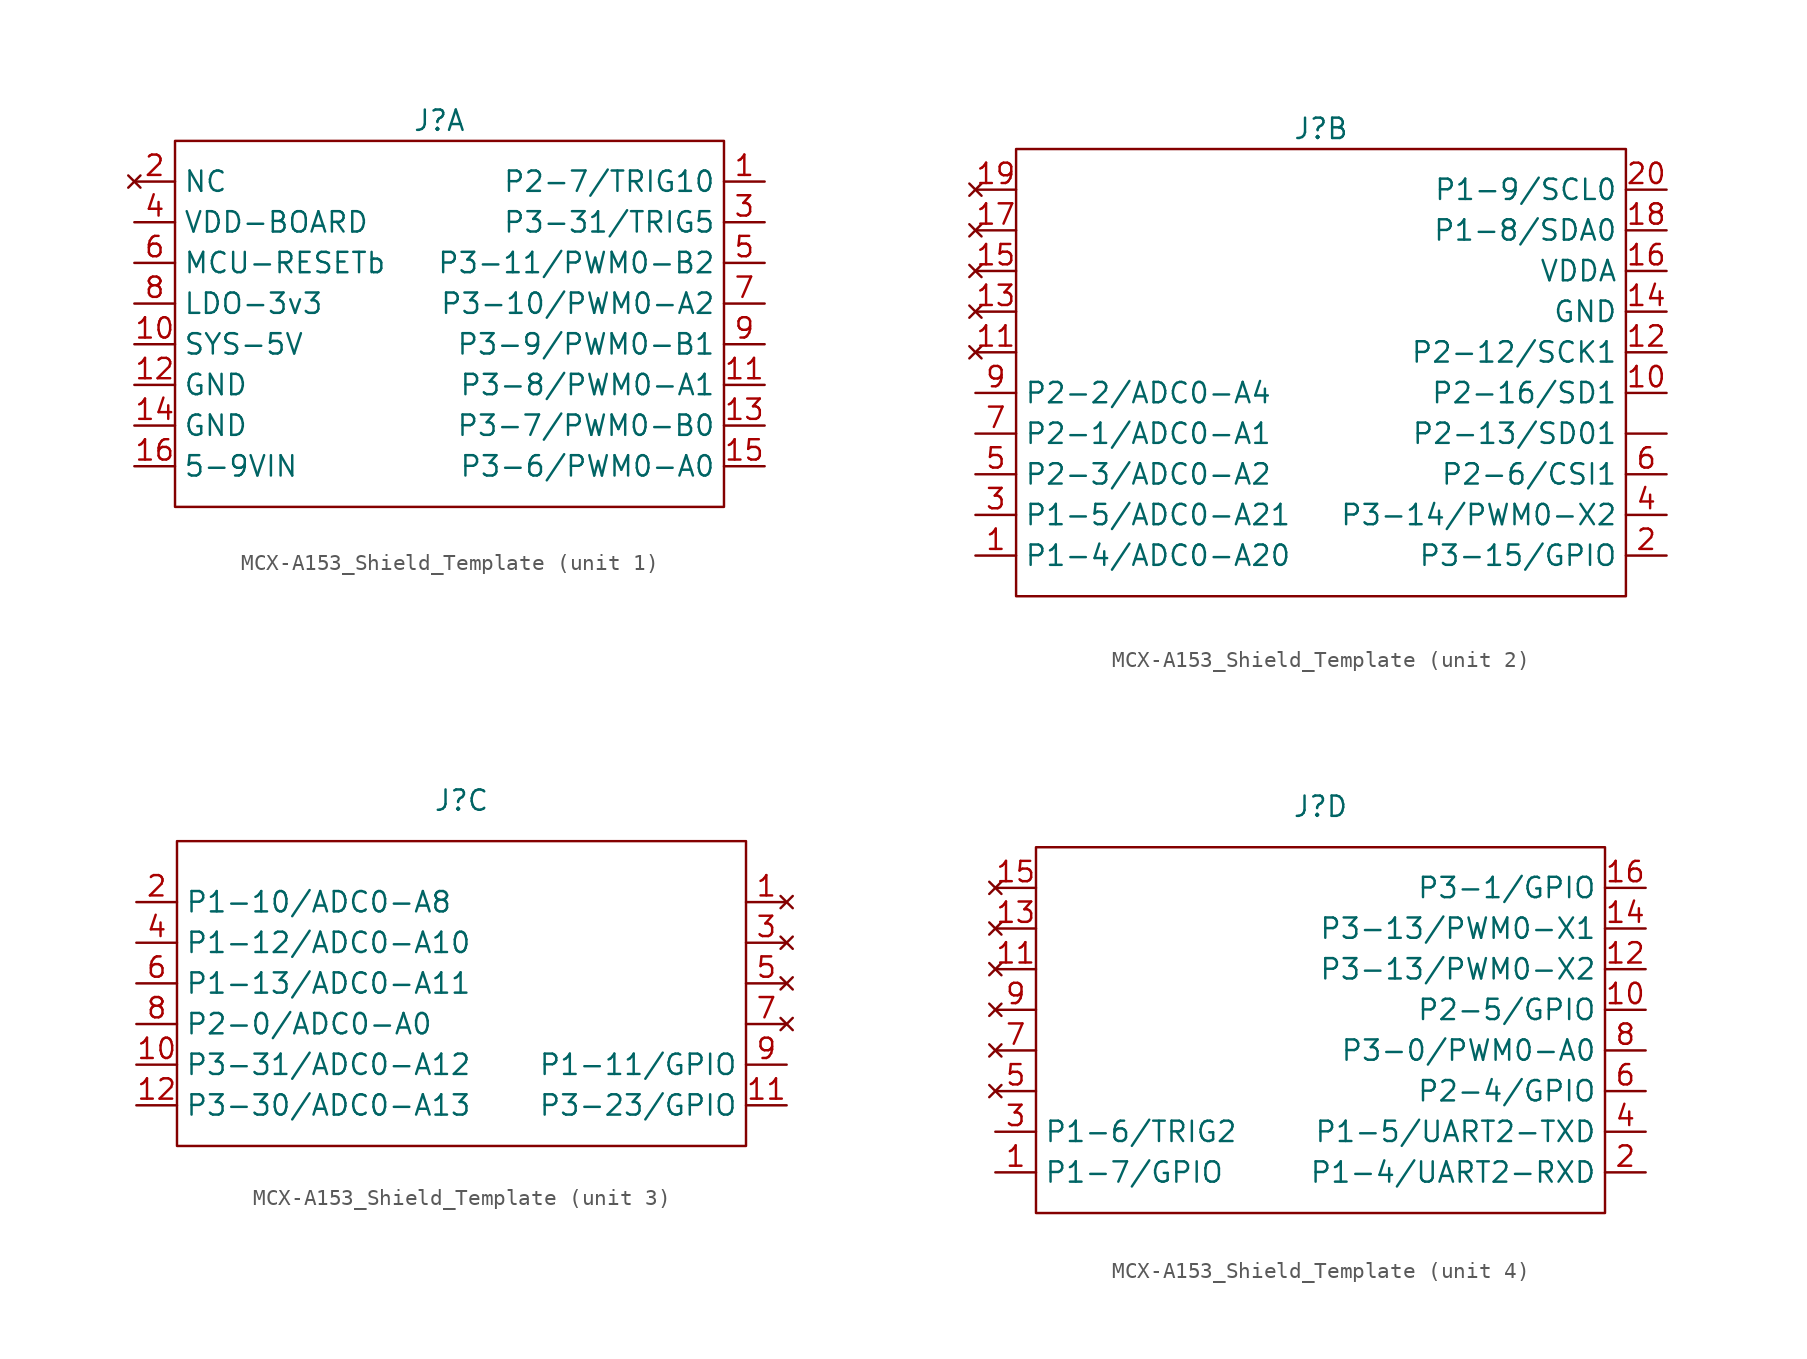
<source format=kicad_sym>
(kicad_symbol_lib
  (version 20220914)
  (generator kicad_symbol_editor)
  (symbol "MCX-A153_Shield_Template"
    (property "Reference" "J"
      (at 0 0 0)
      (effects (font (size 1.27 1.27))))
    (property "Value" ""
      (at -3.81 0 0)
      (effects (font (size 1.27 1.27))))
    (property "ki_locked" ""
      (at 0 0 0)
      (effects (font (size 1.27 1.27))))
    (symbol "MCX-A153_Shield_Template_1_1"
      (rectangle (start -16.51 -1.27) (end 17.78 -24.13) (stroke (width 0) (type default)) (fill (type none)))
      (pin bidirectional line (at 20.32 -3.81 180) (length 2.54) (name "P2-7/TRIG10" (effects (font (size 1.27 1.27)))) (number "1" (effects (font (size 1.27 1.27)))))
      (pin power_out line (at -19.05 -13.97 0) (length 2.54) (name "SYS-5V" (effects (font (size 1.27 1.27)))) (number "10" (effects (font (size 1.27 1.27)))))
      (pin bidirectional line (at 20.32 -16.51 180) (length 2.54) (name "P3-8/PWM0-A1" (effects (font (size 1.27 1.27)))) (number "11" (effects (font (size 1.27 1.27)))))
      (pin power_out line (at -19.05 -16.51 0) (length 2.54) (name "GND" (effects (font (size 1.27 1.27)))) (number "12" (effects (font (size 1.27 1.27)))))
      (pin bidirectional line (at 20.32 -19.05 180) (length 2.54) (name "P3-7/PWM0-B0" (effects (font (size 1.27 1.27)))) (number "13" (effects (font (size 1.27 1.27)))))
      (pin power_out line (at -19.05 -19.05 0) (length 2.54) (name "GND" (effects (font (size 1.27 1.27)))) (number "14" (effects (font (size 1.27 1.27)))))
      (pin bidirectional line (at 20.32 -21.59 180) (length 2.54) (name "P3-6/PWM0-A0" (effects (font (size 1.27 1.27)))) (number "15" (effects (font (size 1.27 1.27)))))
      (pin power_in line (at -19.05 -21.59 0) (length 2.54) (name "5-9VIN" (effects (font (size 1.27 1.27)))) (number "16" (effects (font (size 1.27 1.27)))))
      (pin no_connect line (at -19.05 -3.81 0) (length 2.54) (name "NC" (effects (font (size 1.27 1.27)))) (number "2" (effects (font (size 1.27 1.27)))))
      (pin bidirectional line (at 20.32 -6.35 180) (length 2.54) (name "P3-31/TRIG5" (effects (font (size 1.27 1.27)))) (number "3" (effects (font (size 1.27 1.27)))))
      (pin power_in line (at -19.05 -6.35 0) (length 2.54) (name "VDD-BOARD" (effects (font (size 1.27 1.27)))) (number "4" (effects (font (size 1.27 1.27)))))
      (pin bidirectional line (at 20.32 -8.89 180) (length 2.54) (name "P3-11/PWM0-B2" (effects (font (size 1.27 1.27)))) (number "5" (effects (font (size 1.27 1.27)))))
      (pin input line (at -19.05 -8.89 0) (length 2.54) (name "MCU-RESETb" (effects (font (size 1.27 1.27)))) (number "6" (effects (font (size 1.27 1.27)))))
      (pin bidirectional line (at 20.32 -11.43 180) (length 2.54) (name "P3-10/PWM0-A2" (effects (font (size 1.27 1.27)))) (number "7" (effects (font (size 1.27 1.27)))))
      (pin power_out line (at -19.05 -11.43 0) (length 2.54) (name "LDO-3v3" (effects (font (size 1.27 1.27)))) (number "8" (effects (font (size 1.27 1.27)))))
      (pin bidirectional line (at 20.32 -13.97 180) (length 2.54) (name "P3-9/PWM0-B1" (effects (font (size 1.27 1.27)))) (number "9" (effects (font (size 1.27 1.27))))))
    (symbol "MCX-A153_Shield_Template_2_1"
      (rectangle (start -19.05 -1.27) (end 19.05 -29.21) (stroke (width 0) (type default)) (fill (type none)))
      (pin bidirectional line (at 21.59 -19.05 180) (length 2.54) (name "P2-13/SD01" (effects (font (size 1.27 1.27)))) (number "" (effects (font (size 1.27 1.27)))))
      (pin bidirectional line (at -21.59 -26.67 0) (length 2.54) (name "P1-4/ADC0-A20" (effects (font (size 1.27 1.27)))) (number "1" (effects (font (size 1.27 1.27)))))
      (pin bidirectional line (at 21.59 -16.51 180) (length 2.54) (name "P2-16/SD1" (effects (font (size 1.27 1.27)))) (number "10" (effects (font (size 1.27 1.27)))))
      (pin no_connect line (at -21.59 -13.97 0) (length 2.54) (name "" (effects (font (size 1.27 1.27)))) (number "11" (effects (font (size 1.27 1.27)))))
      (pin bidirectional line (at 21.59 -13.97 180) (length 2.54) (name "P2-12/SCK1" (effects (font (size 1.27 1.27)))) (number "12" (effects (font (size 1.27 1.27)))))
      (pin no_connect line (at -21.59 -11.43 0) (length 2.54) (name "" (effects (font (size 1.27 1.27)))) (number "13" (effects (font (size 1.27 1.27)))))
      (pin power_out line (at 21.59 -11.43 180) (length 2.54) (name "GND" (effects (font (size 1.27 1.27)))) (number "14" (effects (font (size 1.27 1.27)))))
      (pin no_connect line (at -21.59 -8.89 0) (length 2.54) (name "" (effects (font (size 1.27 1.27)))) (number "15" (effects (font (size 1.27 1.27)))))
      (pin power_out line (at 21.59 -8.89 180) (length 2.54) (name "VDDA" (effects (font (size 1.27 1.27)))) (number "16" (effects (font (size 1.27 1.27)))))
      (pin no_connect line (at -21.59 -6.35 0) (length 2.54) (name "" (effects (font (size 1.27 1.27)))) (number "17" (effects (font (size 1.27 1.27)))))
      (pin bidirectional line (at 21.59 -6.35 180) (length 2.54) (name "P1-8/SDA0" (effects (font (size 1.27 1.27)))) (number "18" (effects (font (size 1.27 1.27)))))
      (pin no_connect line (at -21.59 -3.81 0) (length 2.54) (name "" (effects (font (size 1.27 1.27)))) (number "19" (effects (font (size 1.27 1.27)))))
      (pin bidirectional line (at 21.59 -26.67 180) (length 2.54) (name "P3-15/GPIO" (effects (font (size 1.27 1.27)))) (number "2" (effects (font (size 1.27 1.27)))))
      (pin bidirectional line (at 21.59 -3.81 180) (length 2.54) (name "P1-9/SCL0" (effects (font (size 1.27 1.27)))) (number "20" (effects (font (size 1.27 1.27)))))
      (pin bidirectional line (at -21.59 -24.13 0) (length 2.54) (name "P1-5/ADC0-A21" (effects (font (size 1.27 1.27)))) (number "3" (effects (font (size 1.27 1.27)))))
      (pin bidirectional line (at 21.59 -24.13 180) (length 2.54) (name "P3-14/PWM0-X2" (effects (font (size 1.27 1.27)))) (number "4" (effects (font (size 1.27 1.27)))))
      (pin bidirectional line (at -21.59 -21.59 0) (length 2.54) (name "P2-3/ADC0-A2" (effects (font (size 1.27 1.27)))) (number "5" (effects (font (size 1.27 1.27)))))
      (pin bidirectional line (at 21.59 -21.59 180) (length 2.54) (name "P2-6/CSI1" (effects (font (size 1.27 1.27)))) (number "6" (effects (font (size 1.27 1.27)))))
      (pin bidirectional line (at -21.59 -19.05 0) (length 2.54) (name "P2-1/ADC0-A1" (effects (font (size 1.27 1.27)))) (number "7" (effects (font (size 1.27 1.27)))))
      (pin bidirectional line (at -21.59 -16.51 0) (length 2.54) (name "P2-2/ADC0-A4" (effects (font (size 1.27 1.27)))) (number "9" (effects (font (size 1.27 1.27))))))
    (symbol "MCX-A153_Shield_Template_3_1"
      (rectangle (start -17.78 -2.54) (end 17.78 -21.59) (stroke (width 0) (type default)) (fill (type none)))
      (pin no_connect line (at 20.32 -6.35 180) (length 2.54) (name "" (effects (font (size 1.27 1.27)))) (number "1" (effects (font (size 1.27 1.27)))))
      (pin bidirectional line (at -20.32 -16.51 0) (length 2.54) (name "P3-31/ADC0-A12" (effects (font (size 1.27 1.27)))) (number "10" (effects (font (size 1.27 1.27)))))
      (pin bidirectional line (at 20.32 -19.05 180) (length 2.54) (name "P3-23/GPIO" (effects (font (size 1.27 1.27)))) (number "11" (effects (font (size 1.27 1.27)))))
      (pin bidirectional line (at -20.32 -19.05 0) (length 2.54) (name "P3-30/ADC0-A13" (effects (font (size 1.27 1.27)))) (number "12" (effects (font (size 1.27 1.27)))))
      (pin bidirectional line (at -20.32 -6.35 0) (length 2.54) (name "P1-10/ADC0-A8" (effects (font (size 1.27 1.27)))) (number "2" (effects (font (size 1.27 1.27)))))
      (pin no_connect line (at 20.32 -8.89 180) (length 2.54) (name "" (effects (font (size 1.27 1.27)))) (number "3" (effects (font (size 1.27 1.27)))))
      (pin bidirectional line (at -20.32 -8.89 0) (length 2.54) (name "P1-12/ADC0-A10" (effects (font (size 1.27 1.27)))) (number "4" (effects (font (size 1.27 1.27)))))
      (pin no_connect line (at 20.32 -11.43 180) (length 2.54) (name "" (effects (font (size 1.27 1.27)))) (number "5" (effects (font (size 1.27 1.27)))))
      (pin bidirectional line (at -20.32 -11.43 0) (length 2.54) (name "P1-13/ADC0-A11" (effects (font (size 1.27 1.27)))) (number "6" (effects (font (size 1.27 1.27)))))
      (pin no_connect line (at 20.32 -13.97 180) (length 2.54) (name "" (effects (font (size 1.27 1.27)))) (number "7" (effects (font (size 1.27 1.27)))))
      (pin bidirectional line (at -20.32 -13.97 0) (length 2.54) (name "P2-0/ADC0-A0" (effects (font (size 1.27 1.27)))) (number "8" (effects (font (size 1.27 1.27)))))
      (pin bidirectional line (at 20.32 -16.51 180) (length 2.54) (name "P1-11/GPIO" (effects (font (size 1.27 1.27)))) (number "9" (effects (font (size 1.27 1.27))))))
    (symbol "MCX-A153_Shield_Template_4_1"
      (rectangle (start -17.78 -2.54) (end 17.78 -25.4) (stroke (width 0) (type default)) (fill (type none)))
      (pin bidirectional line (at -20.32 -22.86 0) (length 2.54) (name "P1-7/GPIO" (effects (font (size 1.27 1.27)))) (number "1" (effects (font (size 1.27 1.27)))))
      (pin bidirectional line (at 20.32 -12.7 180) (length 2.54) (name "P2-5/GPIO" (effects (font (size 1.27 1.27)))) (number "10" (effects (font (size 1.27 1.27)))))
      (pin no_connect line (at -20.32 -10.16 0) (length 2.54) (name "" (effects (font (size 1.27 1.27)))) (number "11" (effects (font (size 1.27 1.27)))))
      (pin bidirectional line (at 20.32 -10.16 180) (length 2.54) (name "P3-13/PWM0-X2" (effects (font (size 1.27 1.27)))) (number "12" (effects (font (size 1.27 1.27)))))
      (pin no_connect line (at -20.32 -7.62 0) (length 2.54) (name "" (effects (font (size 1.27 1.27)))) (number "13" (effects (font (size 1.27 1.27)))))
      (pin bidirectional line (at 20.32 -7.62 180) (length 2.54) (name "P3-13/PWM0-X1" (effects (font (size 1.27 1.27)))) (number "14" (effects (font (size 1.27 1.27)))))
      (pin no_connect line (at -20.32 -5.08 0) (length 2.54) (name "" (effects (font (size 1.27 1.27)))) (number "15" (effects (font (size 1.27 1.27)))))
      (pin bidirectional line (at 20.32 -5.08 180) (length 2.54) (name "P3-1/GPIO" (effects (font (size 1.27 1.27)))) (number "16" (effects (font (size 1.27 1.27)))))
      (pin input line (at 20.32 -22.86 180) (length 2.54) (name "P1-4/UART2-RXD" (effects (font (size 1.27 1.27)))) (number "2" (effects (font (size 1.27 1.27)))))
      (pin bidirectional line (at -20.32 -20.32 0) (length 2.54) (name "P1-6/TRIG2" (effects (font (size 1.27 1.27)))) (number "3" (effects (font (size 1.27 1.27)))))
      (pin output line (at 20.32 -20.32 180) (length 2.54) (name "P1-5/UART2-TXD" (effects (font (size 1.27 1.27)))) (number "4" (effects (font (size 1.27 1.27)))))
      (pin no_connect line (at -20.32 -17.78 0) (length 2.54) (name "" (effects (font (size 1.27 1.27)))) (number "5" (effects (font (size 1.27 1.27)))))
      (pin bidirectional line (at 20.32 -17.78 180) (length 2.54) (name "P2-4/GPIO" (effects (font (size 1.27 1.27)))) (number "6" (effects (font (size 1.27 1.27)))))
      (pin no_connect line (at -20.32 -15.24 0) (length 2.54) (name "" (effects (font (size 1.27 1.27)))) (number "7" (effects (font (size 1.27 1.27)))))
      (pin bidirectional line (at 20.32 -15.24 180) (length 2.54) (name "P3-0/PWM0-A0" (effects (font (size 1.27 1.27)))) (number "8" (effects (font (size 1.27 1.27)))))
      (pin no_connect line (at -20.32 -12.7 0) (length 2.54) (name "" (effects (font (size 1.27 1.27)))) (number "9" (effects (font (size 1.27 1.27))))))))
</source>
